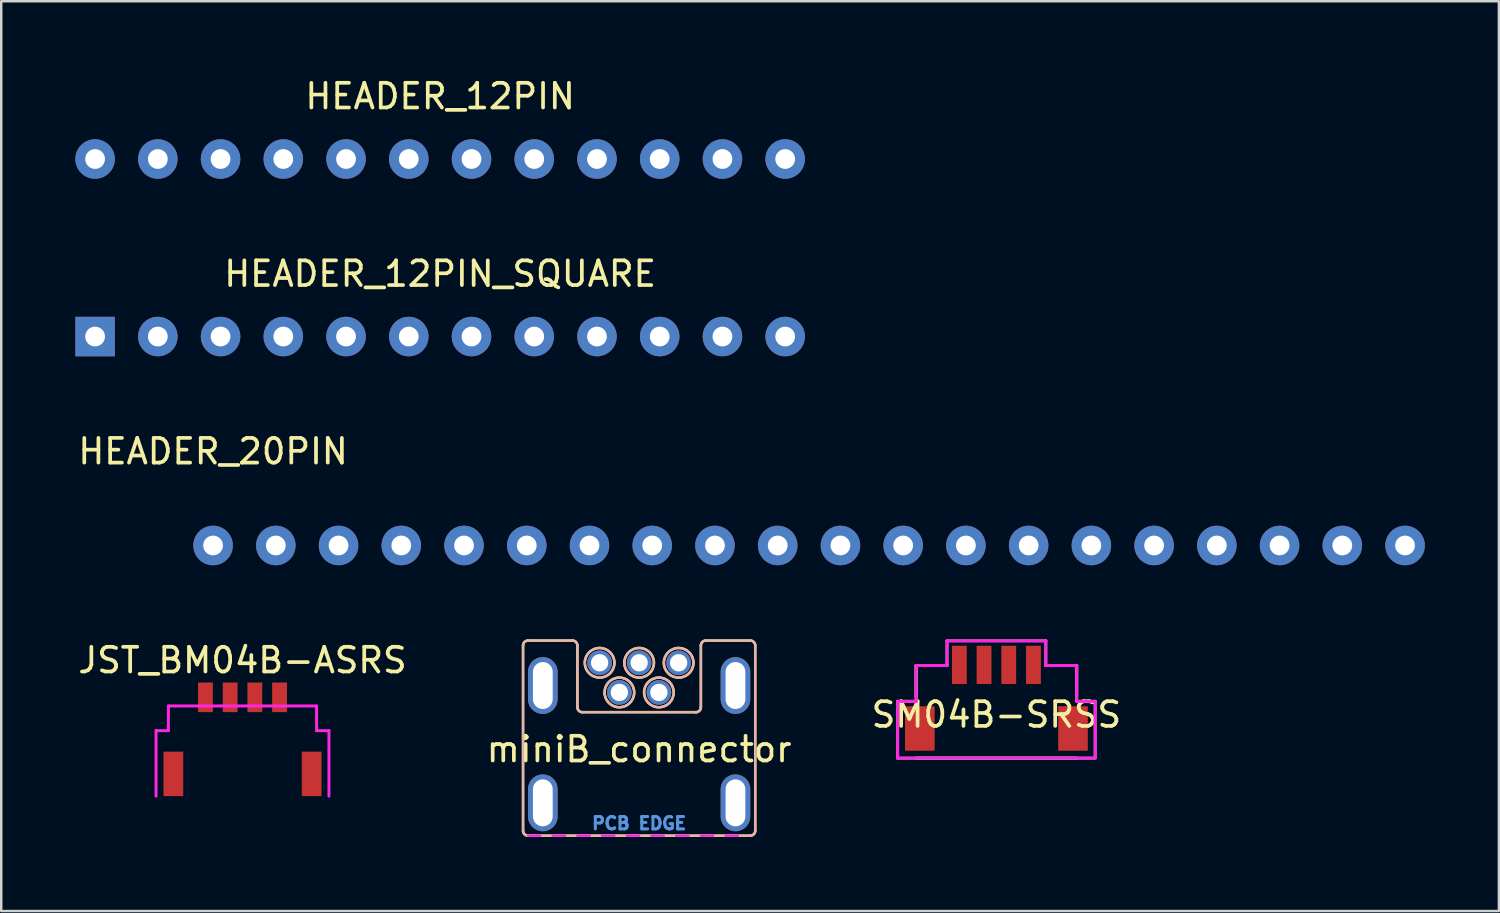
<source format=kicad_pcb>
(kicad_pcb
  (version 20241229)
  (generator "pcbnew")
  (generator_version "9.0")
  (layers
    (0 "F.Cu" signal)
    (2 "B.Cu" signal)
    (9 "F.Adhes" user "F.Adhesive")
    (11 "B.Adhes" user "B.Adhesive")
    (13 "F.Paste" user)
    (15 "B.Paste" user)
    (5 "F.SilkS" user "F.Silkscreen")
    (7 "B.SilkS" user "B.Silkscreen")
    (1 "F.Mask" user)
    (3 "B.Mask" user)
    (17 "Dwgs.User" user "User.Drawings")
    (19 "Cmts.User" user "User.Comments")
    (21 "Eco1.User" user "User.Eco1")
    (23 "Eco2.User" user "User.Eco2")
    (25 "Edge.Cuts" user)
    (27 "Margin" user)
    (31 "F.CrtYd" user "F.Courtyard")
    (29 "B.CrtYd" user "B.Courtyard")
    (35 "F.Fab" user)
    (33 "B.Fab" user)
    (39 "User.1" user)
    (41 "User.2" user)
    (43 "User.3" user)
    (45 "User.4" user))
  (footprint "miniB_connector"
    (layer "F.Cu")
    (at 22.827 24.985)
    (property "Reference" "miniB_connector" (at 0 2.3 0) (layer "F.SilkS") (effects (font (size 1 1) (thickness 0.15))))
    (attr through_hole)
    (fp_line (start -4.7 -1.9) (end -4.7 5.6) (stroke (width 0.1) (type solid)) (layer "F.SilkS"))
    (fp_line (start -4.5 5.8) (end 4.5 5.8) (stroke (width 0.1) (type solid)) (layer "F.SilkS"))
    (fp_line (start -2.7 -2.1) (end -4.5 -2.1) (stroke (width 0.1) (type solid)) (layer "F.SilkS"))
    (fp_line (start -2.5 0.6) (end -2.5 -1.9) (stroke (width 0.1) (type solid)) (layer "F.SilkS"))
    (fp_line (start 2.3 0.8) (end -2.3 0.8) (stroke (width 0.1) (type solid)) (layer "F.SilkS"))
    (fp_line (start 2.5 -1.9) (end 2.5 0.6) (stroke (width 0.1) (type solid)) (layer "F.SilkS"))
    (fp_line (start 4.5 -2.1) (end 2.7 -2.1) (stroke (width 0.1) (type solid)) (layer "F.SilkS"))
    (fp_line (start 4.7 5.6) (end 4.7 -1.9) (stroke (width 0.1) (type solid)) (layer "F.SilkS"))
    (fp_arc (start -4.7 -1.9) (mid -4.641421 -2.041421) (end -4.5 -2.1) (stroke (width 0.1) (type solid)) (layer "F.SilkS"))
    (fp_arc (start -4.5 5.8) (mid -4.641421 5.741421) (end -4.7 5.6) (stroke (width 0.1) (type solid)) (layer "F.SilkS"))
    (fp_arc (start -2.7 -2.1) (mid -2.558579 -2.041421) (end -2.5 -1.9) (stroke (width 0.1) (type solid)) (layer "F.SilkS"))
    (fp_arc (start -2.3 0.8) (mid -2.441421 0.741421) (end -2.5 0.6) (stroke (width 0.1) (type solid)) (layer "F.SilkS"))
    (fp_arc (start 2.5 -1.9) (mid 2.558579 -2.041421) (end 2.7 -2.1) (stroke (width 0.1) (type solid)) (layer "F.SilkS"))
    (fp_arc (start 2.5 0.6) (mid 2.441421 0.741421) (end 2.3 0.8) (stroke (width 0.1) (type solid)) (layer "F.SilkS"))
    (fp_arc (start 4.5 -2.1) (mid 4.641421 -2.041421) (end 4.7 -1.9) (stroke (width 0.1) (type solid)) (layer "F.SilkS"))
    (fp_arc (start 4.7 5.6) (mid 4.641421 5.741421) (end 4.5 5.8) (stroke (width 0.1) (type solid)) (layer "F.SilkS"))
    (fp_circle (center -1.6 -1.2) (end -1 -1.2) (stroke (width 0.1) (type solid)) (fill no) (layer "F.SilkS"))
    (fp_circle (center -0.8 0) (end -0.2 0) (stroke (width 0.1) (type solid)) (fill no) (layer "F.SilkS"))
    (fp_circle (center 0 -1.2) (end 0.6 -1.2) (stroke (width 0.1) (type solid)) (fill no) (layer "F.SilkS"))
    (fp_circle (center 0.8 0) (end 1.4 0) (stroke (width 0.1) (type solid)) (fill no) (layer "F.SilkS"))
    (fp_circle (center 1.6 -1.2) (end 2.2 -1.2) (stroke (width 0.1) (type solid)) (fill no) (layer "F.SilkS"))
    (fp_line (start -4.7 -1.9) (end -4.7 5.6) (stroke (width 0.1) (type solid)) (layer "B.SilkS"))
    (fp_line (start -4.5 5.8) (end 4.5 5.8) (stroke (width 0.1) (type solid)) (layer "B.SilkS"))
    (fp_line (start -2.7 -2.1) (end -4.5 -2.1) (stroke (width 0.1) (type solid)) (layer "B.SilkS"))
    (fp_line (start -2.5 0.6) (end -2.5 -1.9) (stroke (width 0.1) (type solid)) (layer "B.SilkS"))
    (fp_line (start 2.3 0.8) (end -2.3 0.8) (stroke (width 0.1) (type solid)) (layer "B.SilkS"))
    (fp_line (start 2.5 -1.9) (end 2.5 0.6) (stroke (width 0.1) (type solid)) (layer "B.SilkS"))
    (fp_line (start 4.5 -2.1) (end 2.7 -2.1) (stroke (width 0.1) (type solid)) (layer "B.SilkS"))
    (fp_line (start 4.7 5.6) (end 4.7 -1.9) (stroke (width 0.1) (type solid)) (layer "B.SilkS"))
    (fp_arc (start -4.7 -1.9) (mid -4.641421 -2.041421) (end -4.5 -2.1) (stroke (width 0.1) (type solid)) (layer "B.SilkS"))
    (fp_arc (start -4.5 5.8) (mid -4.641421 5.741421) (end -4.7 5.6) (stroke (width 0.1) (type solid)) (layer "B.SilkS"))
    (fp_arc (start -2.7 -2.1) (mid -2.558579 -2.041421) (end -2.5 -1.9) (stroke (width 0.1) (type solid)) (layer "B.SilkS"))
    (fp_arc (start -2.3 0.8) (mid -2.441421 0.741421) (end -2.5 0.6) (stroke (width 0.1) (type solid)) (layer "B.SilkS"))
    (fp_arc (start 2.5 -1.9) (mid 2.558579 -2.041421) (end 2.7 -2.1) (stroke (width 0.1) (type solid)) (layer "B.SilkS"))
    (fp_arc (start 2.5 0.6) (mid 2.441421 0.741421) (end 2.3 0.8) (stroke (width 0.1) (type solid)) (layer "B.SilkS"))
    (fp_arc (start 4.5 -2.1) (mid 4.641421 -2.041421) (end 4.7 -1.9) (stroke (width 0.1) (type solid)) (layer "B.SilkS"))
    (fp_arc (start 4.7 5.6) (mid 4.641421 5.741421) (end 4.5 5.8) (stroke (width 0.1) (type solid)) (layer "B.SilkS"))
    (fp_circle (center -1.6 -1.2) (end -1 -1.2) (stroke (width 0.1) (type solid)) (fill no) (layer "B.SilkS"))
    (fp_circle (center -0.8 0) (end -0.2 0) (stroke (width 0.1) (type solid)) (fill no) (layer "B.SilkS"))
    (fp_circle (center 0 -1.2) (end 0.6 -1.2) (stroke (width 0.1) (type solid)) (fill no) (layer "B.SilkS"))
    (fp_circle (center 0.8 0) (end 1.4 0) (stroke (width 0.1) (type solid)) (fill no) (layer "B.SilkS"))
    (fp_circle (center 1.6 -1.2) (end 2.2 -1.2) (stroke (width 0.1) (type solid)) (fill no) (layer "B.SilkS"))
    (fp_line (start -4.5 5.8) (end -4 5.8) (stroke (width 0.1) (type solid)) (layer "F.CrtYd"))
    (fp_line (start -3.5 5.8) (end -3 5.8) (stroke (width 0.1) (type solid)) (layer "F.CrtYd"))
    (fp_line (start -2.5 5.8) (end -2 5.8) (stroke (width 0.1) (type solid)) (layer "F.CrtYd"))
    (fp_line (start -1.5 5.8) (end -1 5.8) (stroke (width 0.1) (type solid)) (layer "F.CrtYd"))
    (fp_line (start -0.5 5.8) (end 0 5.8) (stroke (width 0.1) (type solid)) (layer "F.CrtYd"))
    (fp_line (start 0.5 5.8) (end 1 5.8) (stroke (width 0.1) (type solid)) (layer "F.CrtYd"))
    (fp_line (start 1.5 5.8) (end 2 5.8) (stroke (width 0.1) (type solid)) (layer "F.CrtYd"))
    (fp_line (start 2.5 5.8) (end 3 5.8) (stroke (width 0.1) (type solid)) (layer "F.CrtYd"))
    (fp_line (start 3.5 5.8) (end 4 5.8) (stroke (width 0.1) (type solid)) (layer "F.CrtYd"))
    (fp_text user "PCB EDGE" (at 0 5.3 0) (layer "Cmts.User") (effects (font (size 0.5 0.5) (thickness 0.125))))
    (pad "1" thru_hole circle (at -1.6 -1.2) (size 1 1) (drill 0.7) (layers "*.Cu" "*.Mask"))
    (pad "2" thru_hole circle (at -0.8 0) (size 1 1) (drill 0.7) (layers "*.Cu" "*.Mask"))
    (pad "3" thru_hole circle (at 0 -1.2) (size 1 1) (drill 0.7) (layers "*.Cu" "*.Mask"))
    (pad "4" thru_hole circle (at 0.8 0) (size 1 1) (drill 0.7) (layers "*.Cu" "*.Mask"))
    (pad "5" thru_hole circle (at 1.6 -1.2) (size 1 1) (drill 0.7) (layers "*.Cu" "*.Mask"))
    (pad "6" thru_hole oval (at -3.9 -0.28) (size 1.2 2.3) (drill oval 0.8 1.9) (layers "*.Cu" "*.Mask"))
    (pad "6" thru_hole oval (at -3.9 4.47) (size 1.2 2.3) (drill oval 0.8 1.9) (layers "*.Cu" "*.Mask"))
    (pad "6" thru_hole oval (at 3.9 -0.28) (size 1.2 2.3) (drill oval 0.8 1.9) (layers "*.Cu" "*.Mask"))
    (pad "6" thru_hole oval (at 3.9 4.47) (size 1.2 2.3) (drill oval 0.8 1.9) (layers "*.Cu" "*.Mask")))
  (footprint "JST_BM04B-ASRS"
    (layer "F.Cu")
    (at 6.768 25.783)
    (property "Reference" "JST_BM04B-ASRS" (at 0 -2.1 0) (layer "F.SilkS") (effects (font (size 1 1) (thickness 0.15))))
    (attr through_hole)
    (fp_line (start -3.5 0.75) (end -3.5 3.4) (stroke (width 0.12) (type solid)) (layer "F.CrtYd"))
    (fp_line (start -3 -0.25) (end -3 0.75) (stroke (width 0.12) (type solid)) (layer "F.CrtYd"))
    (fp_line (start -3 -0.25) (end 3 -0.25) (stroke (width 0.12) (type solid)) (layer "F.CrtYd"))
    (fp_line (start -3 0.75) (end -3.5 0.75) (stroke (width 0.12) (type solid)) (layer "F.CrtYd"))
    (fp_line (start 3 -0.25) (end 3 0.75) (stroke (width 0.12) (type solid)) (layer "F.CrtYd"))
    (fp_line (start 3 0.75) (end 3.5 0.75) (stroke (width 0.12) (type solid)) (layer "F.CrtYd"))
    (fp_line (start 3.5 0.75) (end 3.5 3.4) (stroke (width 0.12) (type solid)) (layer "F.CrtYd"))
    (pad "1" smd rect (at -1.5 -0.6) (size 0.6 1.2) (layers "F.Cu" "F.Mask" "F.Paste"))
    (pad "2" smd rect (at -0.5 -0.6) (size 0.6 1.2) (layers "F.Cu" "F.Mask" "F.Paste"))
    (pad "3" smd rect (at 0.5 -0.6) (size 0.6 1.2) (layers "F.Cu" "F.Mask" "F.Paste"))
    (pad "4" smd rect (at 1.5 -0.6) (size 0.6 1.2) (layers "F.Cu" "F.Mask" "F.Paste"))
    (pad "5" smd rect (at -2.8 2.5) (size 0.8 1.8) (layers "F.Cu" "F.Mask" "F.Paste"))
    (pad "5" smd rect (at 2.8 2.5) (size 0.8 1.8) (layers "F.Cu" "F.Mask" "F.Paste")))
  (footprint "SM04B-SRSS"
    (layer "F.Cu")
    (at 37.292 24.645)
    (property "Reference" "SM04B-SRSS" (at 0 1.24 180) (layer "F.SilkS") (effects (font (size 1 1) (thickness 0.15))))
    (attr through_hole)
    (fp_line (start -3.25 -0.75) (end -2 -0.75) (stroke (width 0.12) (type solid)) (layer "F.SilkS"))
    (fp_line (start -3.25 0.5) (end -3.25 -0.75) (stroke (width 0.12) (type solid)) (layer "F.SilkS"))
    (fp_line (start 3.25 -0.75) (end 2 -0.75) (stroke (width 0.12) (type solid)) (layer "F.SilkS"))
    (fp_line (start 3.25 0.5) (end 3.25 -0.75) (stroke (width 0.12) (type solid)) (layer "F.SilkS"))
    (fp_line (start 3.25 3) (end -3.25 3) (stroke (width 0.12) (type solid)) (layer "F.SilkS"))
    (fp_line (start -4 0.7) (end -4 3) (stroke (width 0.12) (type solid)) (layer "F.CrtYd"))
    (fp_line (start -4 3) (end 4 3) (stroke (width 0.12) (type solid)) (layer "F.CrtYd"))
    (fp_line (start -3.25 -0.75) (end -3.25 0.7) (stroke (width 0.12) (type solid)) (layer "F.CrtYd"))
    (fp_line (start -3.25 0.7) (end -4 0.7) (stroke (width 0.12) (type solid)) (layer "F.CrtYd"))
    (fp_line (start -2 -1.75) (end -2 -0.75) (stroke (width 0.12) (type solid)) (layer "F.CrtYd"))
    (fp_line (start -2 -0.75) (end -3.25 -0.75) (stroke (width 0.12) (type solid)) (layer "F.CrtYd"))
    (fp_line (start 2 -1.75) (end -2 -1.75) (stroke (width 0.12) (type solid)) (layer "F.CrtYd"))
    (fp_line (start 2 -0.75) (end 2 -1.75) (stroke (width 0.12) (type solid)) (layer "F.CrtYd"))
    (fp_line (start 3.25 -0.75) (end 2 -0.75) (stroke (width 0.12) (type solid)) (layer "F.CrtYd"))
    (fp_line (start 3.25 0.7) (end 3.25 -0.75) (stroke (width 0.12) (type solid)) (layer "F.CrtYd"))
    (fp_line (start 4 0.7) (end 3.25 0.7) (stroke (width 0.12) (type solid)) (layer "F.CrtYd"))
    (fp_line (start 4 3) (end 4 0.7) (stroke (width 0.12) (type solid)) (layer "F.CrtYd"))
    (fp_line (start -4 0.7) (end -3.25 0.7) (stroke (width 0.12) (type solid)) (layer "F.Fab"))
    (fp_line (start -4 3) (end -4 0.7) (stroke (width 0.12) (type solid)) (layer "F.Fab"))
    (fp_line (start -3.25 -0.75) (end -2 -0.75) (stroke (width 0.12) (type solid)) (layer "F.Fab"))
    (fp_line (start -3.25 0.7) (end -3.25 -0.75) (stroke (width 0.12) (type solid)) (layer "F.Fab"))
    (fp_line (start -2 -1.75) (end 2 -1.75) (stroke (width 0.12) (type solid)) (layer "F.Fab"))
    (fp_line (start -2 -0.75) (end -2 -1.75) (stroke (width 0.12) (type solid)) (layer "F.Fab"))
    (fp_line (start 2 -1.75) (end 2 -0.75) (stroke (width 0.12) (type solid)) (layer "F.Fab"))
    (fp_line (start 2 -0.75) (end 3.25 -0.75) (stroke (width 0.12) (type solid)) (layer "F.Fab"))
    (fp_line (start 3.25 -0.75) (end 3.25 0.7) (stroke (width 0.12) (type solid)) (layer "F.Fab"))
    (fp_line (start 3.25 0.7) (end 4 0.7) (stroke (width 0.12) (type solid)) (layer "F.Fab"))
    (fp_line (start 4 0.7) (end 4 2.95) (stroke (width 0.12) (type solid)) (layer "F.Fab"))
    (fp_line (start 4 3) (end -4 3) (stroke (width 0.12) (type solid)) (layer "F.Fab"))
    (pad "1" smd rect (at -1.5 -0.775) (size 0.6 1.55) (layers "F.Cu" "F.Mask" "F.Paste"))
    (pad "2" smd rect (at -0.5 -0.775) (size 0.6 1.55) (layers "F.Cu" "F.Mask" "F.Paste"))
    (pad "3" smd rect (at 0.5 -0.775) (size 0.6 1.55) (layers "F.Cu" "F.Mask" "F.Paste"))
    (pad "4" smd rect (at 1.5 -0.775) (size 0.6 1.55) (layers "F.Cu" "F.Mask" "F.Paste"))
    (pad "5" smd rect (at -3.1 1.8) (size 1.2 1.8) (layers "F.Cu" "F.Mask" "F.Paste"))
    (pad "6" smd rect (at 3.1 1.8) (size 1.2 1.8) (layers "F.Cu" "F.Mask" "F.Paste")))
  (footprint "HEADER_12PIN"
    (layer "F.Cu")
    (at 14.77 3.388)
    (property "Reference" "HEADER_12PIN" (at 0 -2.54 0) (layer "F.SilkS") (effects (font (size 1 1) (thickness 0.15))))
    (attr through_hole)
    (pad "1" thru_hole circle (at -13.97 0) (size 1.6 1.6) (drill 0.8) (layers "*.Cu" "*.Mask"))
    (pad "2" thru_hole circle (at -11.43 0) (size 1.6 1.6) (drill 0.8) (layers "*.Cu" "*.Mask"))
    (pad "3" thru_hole circle (at -8.89 0) (size 1.6 1.6) (drill 0.8) (layers "*.Cu" "*.Mask"))
    (pad "4" thru_hole circle (at -6.35 0) (size 1.6 1.6) (drill 0.8) (layers "*.Cu" "*.Mask"))
    (pad "5" thru_hole circle (at -3.81 0) (size 1.6 1.6) (drill 0.8) (layers "*.Cu" "*.Mask"))
    (pad "6" thru_hole circle (at -1.27 0) (size 1.6 1.6) (drill 0.8) (layers "*.Cu" "*.Mask"))
    (pad "7" thru_hole circle (at 1.27 0) (size 1.6 1.6) (drill 0.8) (layers "*.Cu" "*.Mask"))
    (pad "8" thru_hole circle (at 3.81 0) (size 1.6 1.6) (drill 0.8) (layers "*.Cu" "*.Mask"))
    (pad "9" thru_hole circle (at 6.35 0) (size 1.6 1.6) (drill 0.8) (layers "*.Cu" "*.Mask"))
    (pad "10" thru_hole circle (at 8.89 0) (size 1.6 1.6) (drill 0.8) (layers "*.Cu" "*.Mask"))
    (pad "11" thru_hole circle (at 11.43 0) (size 1.6 1.6) (drill 0.8) (layers "*.Cu" "*.Mask"))
    (pad "12" thru_hole circle (at 13.97 0) (size 1.6 1.6) (drill 0.8) (layers "*.Cu" "*.Mask")))
  (footprint "HEADER_12PIN_SQUARE"
    (layer "F.Cu")
    (at 14.77 10.576)
    (property "Reference" "HEADER_12PIN_SQUARE" (at 0 -2.54 0) (layer "F.SilkS") (effects (font (size 1 1) (thickness 0.15))))
    (attr through_hole)
    (pad "1" thru_hole rect (at -13.97 0) (size 1.6 1.6) (drill 0.8) (layers "*.Cu" "*.Mask"))
    (pad "2" thru_hole circle (at -11.43 0) (size 1.6 1.6) (drill 0.8) (layers "*.Cu" "*.Mask"))
    (pad "3" thru_hole circle (at -8.89 0) (size 1.6 1.6) (drill 0.8) (layers "*.Cu" "*.Mask"))
    (pad "4" thru_hole circle (at -6.35 0) (size 1.6 1.6) (drill 0.8) (layers "*.Cu" "*.Mask"))
    (pad "5" thru_hole circle (at -3.81 0) (size 1.6 1.6) (drill 0.8) (layers "*.Cu" "*.Mask"))
    (pad "6" thru_hole circle (at -1.27 0) (size 1.6 1.6) (drill 0.8) (layers "*.Cu" "*.Mask"))
    (pad "7" thru_hole circle (at 1.27 0) (size 1.6 1.6) (drill 0.8) (layers "*.Cu" "*.Mask"))
    (pad "8" thru_hole circle (at 3.81 0) (size 1.6 1.6) (drill 0.8) (layers "*.Cu" "*.Mask"))
    (pad "9" thru_hole circle (at 6.35 0) (size 1.6 1.6) (drill 0.8) (layers "*.Cu" "*.Mask"))
    (pad "10" thru_hole circle (at 8.89 0) (size 1.6 1.6) (drill 0.8) (layers "*.Cu" "*.Mask"))
    (pad "11" thru_hole circle (at 11.43 0) (size 1.6 1.6) (drill 0.8) (layers "*.Cu" "*.Mask"))
    (pad "12" thru_hole circle (at 13.97 0) (size 1.6 1.6) (drill 0.8) (layers "*.Cu" "*.Mask")))
  (footprint "HEADER_20PIN"
    (layer "F.Cu")
    (at 5.577 19.035)
    (property "Reference" "HEADER_20PIN" (at 0 -3.81 0) (layer "F.SilkS") (effects (font (size 1 1) (thickness 0.15))))
    (attr through_hole)
    (pad "1" thru_hole circle (at 0 0) (size 1.6 1.6) (drill 0.8) (layers "*.Cu" "*.Mask"))
    (pad "2" thru_hole circle (at 2.54 0) (size 1.6 1.6) (drill 0.8) (layers "*.Cu" "*.Mask"))
    (pad "3" thru_hole circle (at 5.08 0) (size 1.6 1.6) (drill 0.8) (layers "*.Cu" "*.Mask"))
    (pad "4" thru_hole circle (at 7.62 0) (size 1.6 1.6) (drill 0.8) (layers "*.Cu" "*.Mask"))
    (pad "5" thru_hole circle (at 10.16 0) (size 1.6 1.6) (drill 0.8) (layers "*.Cu" "*.Mask"))
    (pad "6" thru_hole circle (at 12.7 0) (size 1.6 1.6) (drill 0.8) (layers "*.Cu" "*.Mask"))
    (pad "7" thru_hole circle (at 15.24 0) (size 1.6 1.6) (drill 0.8) (layers "*.Cu" "*.Mask"))
    (pad "8" thru_hole circle (at 17.78 0) (size 1.6 1.6) (drill 0.8) (layers "*.Cu" "*.Mask"))
    (pad "9" thru_hole circle (at 20.32 0) (size 1.6 1.6) (drill 0.8) (layers "*.Cu" "*.Mask"))
    (pad "10" thru_hole circle (at 22.86 0) (size 1.6 1.6) (drill 0.8) (layers "*.Cu" "*.Mask"))
    (pad "11" thru_hole circle (at 25.4 0) (size 1.6 1.6) (drill 0.8) (layers "*.Cu" "*.Mask"))
    (pad "12" thru_hole circle (at 27.94 0) (size 1.6 1.6) (drill 0.8) (layers "*.Cu" "*.Mask"))
    (pad "13" thru_hole circle (at 30.48 0) (size 1.6 1.6) (drill 0.8) (layers "*.Cu" "*.Mask"))
    (pad "14" thru_hole circle (at 33.02 0) (size 1.6 1.6) (drill 0.8) (layers "*.Cu" "*.Mask"))
    (pad "15" thru_hole circle (at 35.56 0) (size 1.6 1.6) (drill 0.8) (layers "*.Cu" "*.Mask"))
    (pad "16" thru_hole circle (at 38.1 0) (size 1.6 1.6) (drill 0.8) (layers "*.Cu" "*.Mask"))
    (pad "17" thru_hole circle (at 40.64 0) (size 1.6 1.6) (drill 0.8) (layers "*.Cu" "*.Mask"))
    (pad "18" thru_hole circle (at 43.18 0) (size 1.6 1.6) (drill 0.8) (layers "*.Cu" "*.Mask"))
    (pad "19" thru_hole circle (at 45.72 0) (size 1.6 1.6) (drill 0.8) (layers "*.Cu" "*.Mask"))
    (pad "20" thru_hole circle (at 48.26 0) (size 1.6 1.6) (drill 0.8) (layers "*.Cu" "*.Mask")))
  (gr_rect
    (start -3 -3)
    (end 57.637 33.835)
    (stroke (width 0.1) (type default))
    (fill no)
    (layer "Edge.Cuts")))
</source>
